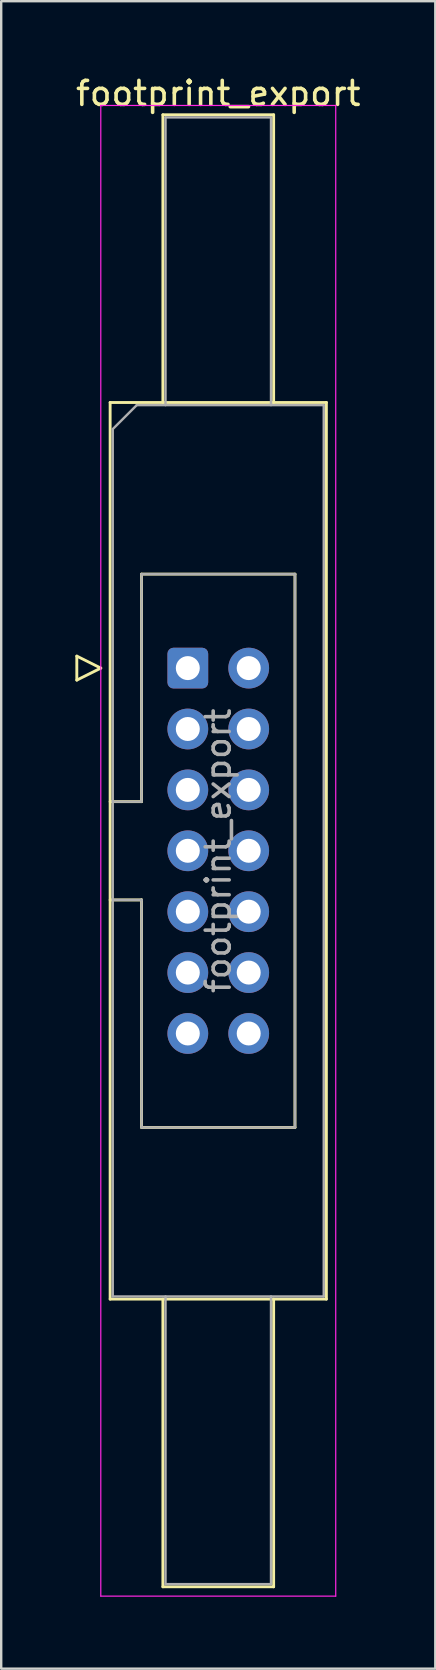
<source format=kicad_pcb>
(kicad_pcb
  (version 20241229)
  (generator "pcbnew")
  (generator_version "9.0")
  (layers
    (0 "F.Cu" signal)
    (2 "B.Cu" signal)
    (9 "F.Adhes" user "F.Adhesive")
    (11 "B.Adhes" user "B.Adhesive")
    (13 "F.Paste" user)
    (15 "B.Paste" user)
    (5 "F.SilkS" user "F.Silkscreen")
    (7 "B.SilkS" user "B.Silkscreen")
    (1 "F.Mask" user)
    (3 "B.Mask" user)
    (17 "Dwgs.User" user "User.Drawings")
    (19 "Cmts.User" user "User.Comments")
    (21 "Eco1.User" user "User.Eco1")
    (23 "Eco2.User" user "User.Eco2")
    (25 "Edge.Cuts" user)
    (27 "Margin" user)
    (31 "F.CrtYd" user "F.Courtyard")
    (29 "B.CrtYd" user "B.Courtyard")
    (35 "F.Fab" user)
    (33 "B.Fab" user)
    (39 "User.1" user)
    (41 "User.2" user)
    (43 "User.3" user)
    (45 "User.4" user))
  (footprint "footprint_export"
    (layer "F.Cu")
    (at 4.784 24.818)
    (property "Reference" "footprint_export" (at 1.27 -23.97 0) (layer "F.SilkS") (effects (font (size 1 1) (thickness 0.15))))
    (attr through_hole)
    (fp_line (start -4.63 -0.5) (end -4.63 0.5) (stroke (width 0.12) (type solid)) (layer "F.SilkS"))
    (fp_line (start -4.63 0.5) (end -3.63 0) (stroke (width 0.12) (type solid)) (layer "F.SilkS"))
    (fp_line (start -3.63 0) (end -4.63 -0.5) (stroke (width 0.12) (type solid)) (layer "F.SilkS"))
    (fp_line (start -3.24 -11.08) (end 5.78 -11.08) (stroke (width 0.12) (type solid)) (layer "F.SilkS"))
    (fp_line (start -3.24 5.57) (end -1.93 5.57) (stroke (width 0.12) (type solid)) (layer "F.SilkS"))
    (fp_line (start -3.24 26.32) (end -3.24 -11.08) (stroke (width 0.12) (type solid)) (layer "F.SilkS"))
    (fp_line (start -1.93 -3.92) (end 4.47 -3.92) (stroke (width 0.12) (type solid)) (layer "F.SilkS"))
    (fp_line (start -1.93 5.57) (end -1.93 -3.92) (stroke (width 0.12) (type solid)) (layer "F.SilkS"))
    (fp_line (start -1.93 9.67) (end -3.24 9.67) (stroke (width 0.12) (type solid)) (layer "F.SilkS"))
    (fp_line (start -1.93 9.67) (end -1.93 9.67) (stroke (width 0.12) (type solid)) (layer "F.SilkS"))
    (fp_line (start -1.93 19.16) (end -1.93 9.67) (stroke (width 0.12) (type solid)) (layer "F.SilkS"))
    (fp_line (start -1.04 -23.08) (end 3.58 -23.08) (stroke (width 0.12) (type solid)) (layer "F.SilkS"))
    (fp_line (start -1.04 -11.08) (end -1.04 -23.08) (stroke (width 0.12) (type solid)) (layer "F.SilkS"))
    (fp_line (start -1.04 26.32) (end -1.04 38.32) (stroke (width 0.12) (type solid)) (layer "F.SilkS"))
    (fp_line (start -1.04 38.32) (end 3.58 38.32) (stroke (width 0.12) (type solid)) (layer "F.SilkS"))
    (fp_line (start 3.58 -23.08) (end 3.58 -11.08) (stroke (width 0.12) (type solid)) (layer "F.SilkS"))
    (fp_line (start 3.58 38.32) (end 3.58 26.32) (stroke (width 0.12) (type solid)) (layer "F.SilkS"))
    (fp_line (start 4.47 -3.92) (end 4.47 19.16) (stroke (width 0.12) (type solid)) (layer "F.SilkS"))
    (fp_line (start 4.47 19.16) (end -1.93 19.16) (stroke (width 0.12) (type solid)) (layer "F.SilkS"))
    (fp_line (start 5.78 -11.08) (end 5.78 26.32) (stroke (width 0.12) (type solid)) (layer "F.SilkS"))
    (fp_line (start 5.78 26.32) (end -3.24 26.32) (stroke (width 0.12) (type solid)) (layer "F.SilkS"))
    (fp_line (start -3.63 -23.47) (end -3.63 38.71) (stroke (width 0.05) (type solid)) (layer "F.CrtYd"))
    (fp_line (start -3.63 38.71) (end 6.17 38.71) (stroke (width 0.05) (type solid)) (layer "F.CrtYd"))
    (fp_line (start 6.17 -23.47) (end -3.63 -23.47) (stroke (width 0.05) (type solid)) (layer "F.CrtYd"))
    (fp_line (start 6.17 38.71) (end 6.17 -23.47) (stroke (width 0.05) (type solid)) (layer "F.CrtYd"))
    (fp_line (start -3.13 -9.97) (end -2.13 -10.97) (stroke (width 0.1) (type solid)) (layer "F.Fab"))
    (fp_line (start -3.13 5.57) (end -1.93 5.57) (stroke (width 0.1) (type solid)) (layer "F.Fab"))
    (fp_line (start -3.13 26.21) (end -3.13 -9.97) (stroke (width 0.1) (type solid)) (layer "F.Fab"))
    (fp_line (start -2.13 -10.97) (end 5.67 -10.97) (stroke (width 0.1) (type solid)) (layer "F.Fab"))
    (fp_line (start -1.93 -3.92) (end 4.47 -3.92) (stroke (width 0.1) (type solid)) (layer "F.Fab"))
    (fp_line (start -1.93 5.57) (end -1.93 -3.92) (stroke (width 0.1) (type solid)) (layer "F.Fab"))
    (fp_line (start -1.93 9.67) (end -3.13 9.67) (stroke (width 0.1) (type solid)) (layer "F.Fab"))
    (fp_line (start -1.93 9.67) (end -1.93 9.67) (stroke (width 0.1) (type solid)) (layer "F.Fab"))
    (fp_line (start -1.93 19.16) (end -1.93 9.67) (stroke (width 0.1) (type solid)) (layer "F.Fab"))
    (fp_line (start -0.93 -22.97) (end 3.47 -22.97) (stroke (width 0.1) (type solid)) (layer "F.Fab"))
    (fp_line (start -0.93 -10.97) (end -0.93 -22.97) (stroke (width 0.1) (type solid)) (layer "F.Fab"))
    (fp_line (start -0.93 26.21) (end -0.93 38.21) (stroke (width 0.1) (type solid)) (layer "F.Fab"))
    (fp_line (start -0.93 38.21) (end 3.47 38.21) (stroke (width 0.1) (type solid)) (layer "F.Fab"))
    (fp_line (start 3.47 -22.97) (end 3.47 -10.97) (stroke (width 0.1) (type solid)) (layer "F.Fab"))
    (fp_line (start 3.47 38.21) (end 3.47 26.21) (stroke (width 0.1) (type solid)) (layer "F.Fab"))
    (fp_line (start 4.47 -3.92) (end 4.47 19.16) (stroke (width 0.1) (type solid)) (layer "F.Fab"))
    (fp_line (start 4.47 19.16) (end -1.93 19.16) (stroke (width 0.1) (type solid)) (layer "F.Fab"))
    (fp_line (start 5.67 -10.97) (end 5.67 26.21) (stroke (width 0.1) (type solid)) (layer "F.Fab"))
    (fp_line (start 5.67 26.21) (end -3.13 26.21) (stroke (width 0.1) (type solid)) (layer "F.Fab"))
    (fp_text user "${REFERENCE}" (at 1.27 7.62 90) (layer "F.Fab") (effects (font (size 1 1) (thickness 0.15))))
    (pad "1" thru_hole roundrect (at 0 0) (size 1.7 1.7) (drill 1) (layers "*.Cu" "*.Mask") (roundrect_rratio 0.147))
    (pad "2" thru_hole circle (at 2.54 0) (size 1.7 1.7) (drill 1) (layers "*.Cu" "*.Mask"))
    (pad "3" thru_hole circle (at 0 2.54) (size 1.7 1.7) (drill 1) (layers "*.Cu" "*.Mask"))
    (pad "4" thru_hole circle (at 2.54 2.54) (size 1.7 1.7) (drill 1) (layers "*.Cu" "*.Mask"))
    (pad "5" thru_hole circle (at 0 5.08) (size 1.7 1.7) (drill 1) (layers "*.Cu" "*.Mask"))
    (pad "6" thru_hole circle (at 2.54 5.08) (size 1.7 1.7) (drill 1) (layers "*.Cu" "*.Mask"))
    (pad "7" thru_hole circle (at 0 7.62) (size 1.7 1.7) (drill 1) (layers "*.Cu" "*.Mask"))
    (pad "8" thru_hole circle (at 2.54 7.62) (size 1.7 1.7) (drill 1) (layers "*.Cu" "*.Mask"))
    (pad "9" thru_hole circle (at 0 10.16) (size 1.7 1.7) (drill 1) (layers "*.Cu" "*.Mask"))
    (pad "10" thru_hole circle (at 2.54 10.16) (size 1.7 1.7) (drill 1) (layers "*.Cu" "*.Mask"))
    (pad "11" thru_hole circle (at 0 12.7) (size 1.7 1.7) (drill 1) (layers "*.Cu" "*.Mask"))
    (pad "12" thru_hole circle (at 2.54 12.7) (size 1.7 1.7) (drill 1) (layers "*.Cu" "*.Mask"))
    (pad "13" thru_hole circle (at 0 15.24) (size 1.7 1.7) (drill 1) (layers "*.Cu" "*.Mask"))
    (pad "14" thru_hole circle (at 2.54 15.24) (size 1.7 1.7) (drill 1) (layers "*.Cu" "*.Mask")))
  (gr_rect
    (start -3 -3)
    (end 15.107 66.553)
    (stroke (width 0.1) (type default))
    (fill no)
    (layer "Edge.Cuts")))
</source>
